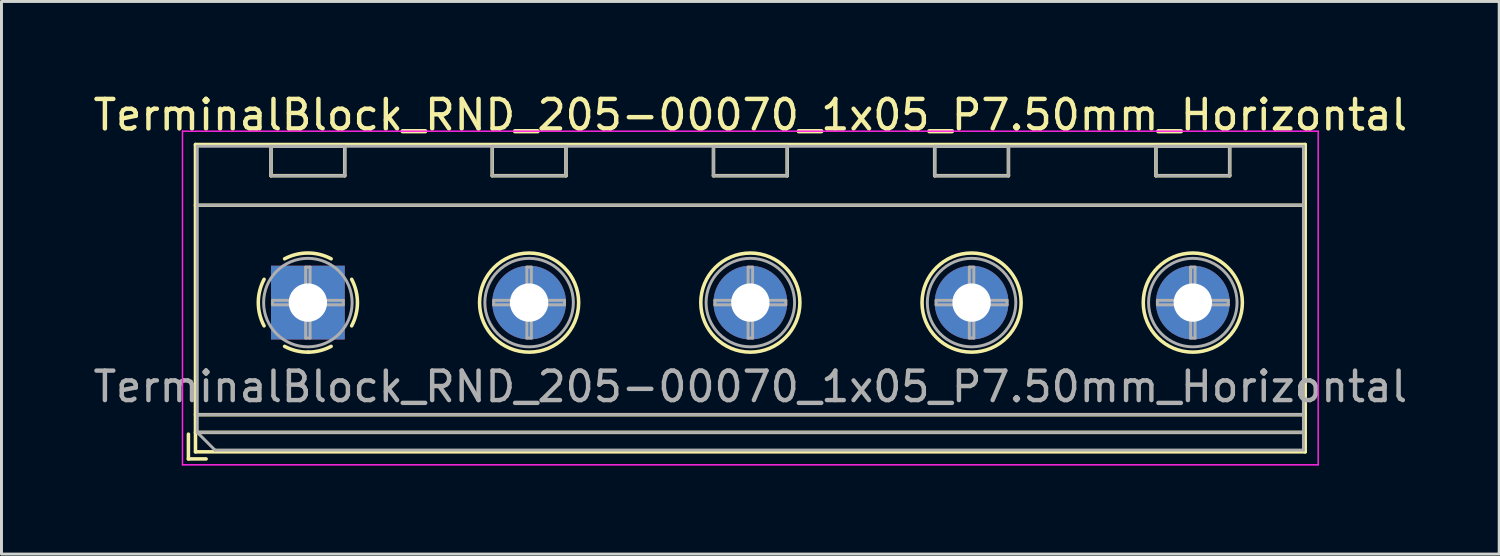
<source format=kicad_pcb>
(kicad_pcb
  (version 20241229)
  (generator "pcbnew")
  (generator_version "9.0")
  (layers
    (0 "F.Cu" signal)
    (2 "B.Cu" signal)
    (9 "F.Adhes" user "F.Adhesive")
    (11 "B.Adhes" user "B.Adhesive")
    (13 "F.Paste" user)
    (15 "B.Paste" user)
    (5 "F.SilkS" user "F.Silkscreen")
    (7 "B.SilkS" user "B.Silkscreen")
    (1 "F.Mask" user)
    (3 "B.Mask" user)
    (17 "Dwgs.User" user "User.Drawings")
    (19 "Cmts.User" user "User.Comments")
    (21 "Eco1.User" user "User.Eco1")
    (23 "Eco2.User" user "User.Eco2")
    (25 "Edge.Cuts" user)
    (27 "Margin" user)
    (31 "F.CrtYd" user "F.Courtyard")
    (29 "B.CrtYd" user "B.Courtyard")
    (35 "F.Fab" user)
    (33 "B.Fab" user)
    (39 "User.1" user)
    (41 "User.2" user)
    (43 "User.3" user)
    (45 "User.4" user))
  (footprint "TerminalBlock_RND_205-00070_1x05_P7.50mm_Horizontal"
    (layer "F.Cu")
    (at 7.387 7.208)
    (property "Reference" "TerminalBlock_RND_205-00070_1x05_P7.50mm_Horizontal" (at 15 -6.36 0) (layer "F.SilkS") (effects (font (size 1 1) (thickness 0.15))))
    (attr through_hole)
    (fp_line (start -4.05 4.46) (end -4.05 5.3) (stroke (width 0.12) (type solid)) (layer "F.SilkS"))
    (fp_line (start -4.05 5.3) (end -3.45 5.3) (stroke (width 0.12) (type solid)) (layer "F.SilkS"))
    (fp_line (start -3.81 -5.36) (end -3.81 5.06) (stroke (width 0.12) (type solid)) (layer "F.SilkS"))
    (fp_line (start -3.81 -5.36) (end 33.81 -5.36) (stroke (width 0.12) (type solid)) (layer "F.SilkS"))
    (fp_line (start -3.81 -3.301) (end 33.81 -3.301) (stroke (width 0.12) (type solid)) (layer "F.SilkS"))
    (fp_line (start -3.81 3.8) (end 33.81 3.8) (stroke (width 0.12) (type solid)) (layer "F.SilkS"))
    (fp_line (start -3.81 4.4) (end 33.81 4.4) (stroke (width 0.12) (type solid)) (layer "F.SilkS"))
    (fp_line (start -3.81 5.06) (end 33.81 5.06) (stroke (width 0.12) (type solid)) (layer "F.SilkS"))
    (fp_line (start -1.25 -5.301) (end -1.25 -4.301) (stroke (width 0.12) (type solid)) (layer "F.SilkS"))
    (fp_line (start -1.25 -5.301) (end 1.25 -5.301) (stroke (width 0.12) (type solid)) (layer "F.SilkS"))
    (fp_line (start -1.25 -4.301) (end 1.25 -4.301) (stroke (width 0.12) (type solid)) (layer "F.SilkS"))
    (fp_line (start 1.25 -5.301) (end 1.25 -4.301) (stroke (width 0.12) (type solid)) (layer "F.SilkS"))
    (fp_line (start 6.25 -5.301) (end 6.25 -4.301) (stroke (width 0.12) (type solid)) (layer "F.SilkS"))
    (fp_line (start 6.25 -5.301) (end 8.75 -5.301) (stroke (width 0.12) (type solid)) (layer "F.SilkS"))
    (fp_line (start 6.25 -4.301) (end 8.75 -4.301) (stroke (width 0.12) (type solid)) (layer "F.SilkS"))
    (fp_line (start 8.75 -5.301) (end 8.75 -4.301) (stroke (width 0.12) (type solid)) (layer "F.SilkS"))
    (fp_line (start 13.75 -5.301) (end 13.75 -4.301) (stroke (width 0.12) (type solid)) (layer "F.SilkS"))
    (fp_line (start 13.75 -5.301) (end 16.25 -5.301) (stroke (width 0.12) (type solid)) (layer "F.SilkS"))
    (fp_line (start 13.75 -4.301) (end 16.25 -4.301) (stroke (width 0.12) (type solid)) (layer "F.SilkS"))
    (fp_line (start 16.25 -5.301) (end 16.25 -4.301) (stroke (width 0.12) (type solid)) (layer "F.SilkS"))
    (fp_line (start 21.25 -5.301) (end 21.25 -4.301) (stroke (width 0.12) (type solid)) (layer "F.SilkS"))
    (fp_line (start 21.25 -5.301) (end 23.75 -5.301) (stroke (width 0.12) (type solid)) (layer "F.SilkS"))
    (fp_line (start 21.25 -4.301) (end 23.75 -4.301) (stroke (width 0.12) (type solid)) (layer "F.SilkS"))
    (fp_line (start 23.75 -5.301) (end 23.75 -4.301) (stroke (width 0.12) (type solid)) (layer "F.SilkS"))
    (fp_line (start 28.75 -5.301) (end 28.75 -4.301) (stroke (width 0.12) (type solid)) (layer "F.SilkS"))
    (fp_line (start 28.75 -5.301) (end 31.25 -5.301) (stroke (width 0.12) (type solid)) (layer "F.SilkS"))
    (fp_line (start 28.75 -4.301) (end 31.25 -4.301) (stroke (width 0.12) (type solid)) (layer "F.SilkS"))
    (fp_line (start 31.25 -5.301) (end 31.25 -4.301) (stroke (width 0.12) (type solid)) (layer "F.SilkS"))
    (fp_line (start 33.81 -5.36) (end 33.81 5.06) (stroke (width 0.12) (type solid)) (layer "F.SilkS"))
    (fp_arc (start -1.483953 0.789089) (mid -1.680708 0.00005) (end -1.484 -0.789) (stroke (width 0.12) (type solid)) (layer "F.SilkS"))
    (fp_arc (start -0.789089 -1.483953) (mid -0.00005 -1.680708) (end 0.789 -1.484) (stroke (width 0.12) (type solid)) (layer "F.SilkS"))
    (fp_arc (start 0.029383 1.68045) (mid -0.392304 1.634281) (end -0.789 1.484) (stroke (width 0.12) (type solid)) (layer "F.SilkS"))
    (fp_arc (start 0.788712 1.483352) (mid 0.406429 1.630097) (end 0 1.68) (stroke (width 0.12) (type solid)) (layer "F.SilkS"))
    (fp_arc (start 1.483953 -0.789089) (mid 1.680708 -0.00005) (end 1.484 0.789) (stroke (width 0.12) (type solid)) (layer "F.SilkS"))
    (fp_circle (center 7.5 0) (end 9.18 0) (stroke (width 0.12) (type solid)) (fill no) (layer "F.SilkS"))
    (fp_circle (center 15 0) (end 16.68 0) (stroke (width 0.12) (type solid)) (fill no) (layer "F.SilkS"))
    (fp_circle (center 22.5 0) (end 24.18 0) (stroke (width 0.12) (type solid)) (fill no) (layer "F.SilkS"))
    (fp_circle (center 30 0) (end 31.68 0) (stroke (width 0.12) (type solid)) (fill no) (layer "F.SilkS"))
    (fp_line (start -4.25 -5.81) (end -4.25 5.5) (stroke (width 0.05) (type solid)) (layer "F.CrtYd"))
    (fp_line (start -4.25 5.5) (end 34.25 5.5) (stroke (width 0.05) (type solid)) (layer "F.CrtYd"))
    (fp_line (start 34.25 -5.81) (end -4.25 -5.81) (stroke (width 0.05) (type solid)) (layer "F.CrtYd"))
    (fp_line (start 34.25 5.5) (end 34.25 -5.81) (stroke (width 0.05) (type solid)) (layer "F.CrtYd"))
    (fp_line (start -3.75 -5.3) (end 33.75 -5.3) (stroke (width 0.1) (type solid)) (layer "F.Fab"))
    (fp_line (start -3.75 -3.3) (end 33.75 -3.3) (stroke (width 0.1) (type solid)) (layer "F.Fab"))
    (fp_line (start -3.75 3.8) (end 33.75 3.8) (stroke (width 0.1) (type solid)) (layer "F.Fab"))
    (fp_line (start -3.75 4.4) (end -3.75 -5.3) (stroke (width 0.1) (type solid)) (layer "F.Fab"))
    (fp_line (start -3.75 4.4) (end 33.75 4.4) (stroke (width 0.1) (type solid)) (layer "F.Fab"))
    (fp_line (start -3.15 5) (end -3.75 4.4) (stroke (width 0.1) (type solid)) (layer "F.Fab"))
    (fp_line (start -1.25 -5.3) (end -1.25 -4.3) (stroke (width 0.1) (type solid)) (layer "F.Fab"))
    (fp_line (start -1.25 -4.3) (end 1.25 -4.3) (stroke (width 0.1) (type solid)) (layer "F.Fab"))
    (fp_line (start -1.201 -0.076) (end -0.076 -0.076) (stroke (width 0.1) (type solid)) (layer "F.Fab"))
    (fp_line (start -1.201 0.076) (end -1.201 -0.076) (stroke (width 0.1) (type solid)) (layer "F.Fab"))
    (fp_line (start -0.076 -1.201) (end 0.076 -1.201) (stroke (width 0.1) (type solid)) (layer "F.Fab"))
    (fp_line (start -0.076 -0.076) (end -0.076 -1.201) (stroke (width 0.1) (type solid)) (layer "F.Fab"))
    (fp_line (start -0.076 0.076) (end -1.201 0.076) (stroke (width 0.1) (type solid)) (layer "F.Fab"))
    (fp_line (start -0.076 1.201) (end -0.076 0.076) (stroke (width 0.1) (type solid)) (layer "F.Fab"))
    (fp_line (start 0.076 -1.201) (end 0.076 -0.076) (stroke (width 0.1) (type solid)) (layer "F.Fab"))
    (fp_line (start 0.076 -0.076) (end 1.201 -0.076) (stroke (width 0.1) (type solid)) (layer "F.Fab"))
    (fp_line (start 0.076 0.076) (end 0.076 1.201) (stroke (width 0.1) (type solid)) (layer "F.Fab"))
    (fp_line (start 0.076 1.201) (end -0.076 1.201) (stroke (width 0.1) (type solid)) (layer "F.Fab"))
    (fp_line (start 1.201 -0.076) (end 1.201 0.076) (stroke (width 0.1) (type solid)) (layer "F.Fab"))
    (fp_line (start 1.201 0.076) (end 0.076 0.076) (stroke (width 0.1) (type solid)) (layer "F.Fab"))
    (fp_line (start 1.25 -5.3) (end -1.25 -5.3) (stroke (width 0.1) (type solid)) (layer "F.Fab"))
    (fp_line (start 1.25 -4.3) (end 1.25 -5.3) (stroke (width 0.1) (type solid)) (layer "F.Fab"))
    (fp_line (start 6.25 -5.3) (end 6.25 -4.3) (stroke (width 0.1) (type solid)) (layer "F.Fab"))
    (fp_line (start 6.25 -4.3) (end 8.75 -4.3) (stroke (width 0.1) (type solid)) (layer "F.Fab"))
    (fp_line (start 6.299 -0.076) (end 7.424 -0.076) (stroke (width 0.1) (type solid)) (layer "F.Fab"))
    (fp_line (start 6.299 0.076) (end 6.299 -0.076) (stroke (width 0.1) (type solid)) (layer "F.Fab"))
    (fp_line (start 7.424 -1.201) (end 7.576 -1.201) (stroke (width 0.1) (type solid)) (layer "F.Fab"))
    (fp_line (start 7.424 -0.076) (end 7.424 -1.201) (stroke (width 0.1) (type solid)) (layer "F.Fab"))
    (fp_line (start 7.424 0.076) (end 6.299 0.076) (stroke (width 0.1) (type solid)) (layer "F.Fab"))
    (fp_line (start 7.424 1.201) (end 7.424 0.076) (stroke (width 0.1) (type solid)) (layer "F.Fab"))
    (fp_line (start 7.576 -1.201) (end 7.576 -0.076) (stroke (width 0.1) (type solid)) (layer "F.Fab"))
    (fp_line (start 7.576 -0.076) (end 8.701 -0.076) (stroke (width 0.1) (type solid)) (layer "F.Fab"))
    (fp_line (start 7.576 0.076) (end 7.576 1.201) (stroke (width 0.1) (type solid)) (layer "F.Fab"))
    (fp_line (start 7.576 1.201) (end 7.424 1.201) (stroke (width 0.1) (type solid)) (layer "F.Fab"))
    (fp_line (start 8.701 -0.076) (end 8.701 0.076) (stroke (width 0.1) (type solid)) (layer "F.Fab"))
    (fp_line (start 8.701 0.076) (end 7.576 0.076) (stroke (width 0.1) (type solid)) (layer "F.Fab"))
    (fp_line (start 8.75 -5.3) (end 6.25 -5.3) (stroke (width 0.1) (type solid)) (layer "F.Fab"))
    (fp_line (start 8.75 -4.3) (end 8.75 -5.3) (stroke (width 0.1) (type solid)) (layer "F.Fab"))
    (fp_line (start 13.75 -5.3) (end 13.75 -4.3) (stroke (width 0.1) (type solid)) (layer "F.Fab"))
    (fp_line (start 13.75 -4.3) (end 16.25 -4.3) (stroke (width 0.1) (type solid)) (layer "F.Fab"))
    (fp_line (start 13.799 -0.076) (end 14.924 -0.076) (stroke (width 0.1) (type solid)) (layer "F.Fab"))
    (fp_line (start 13.799 0.076) (end 13.799 -0.076) (stroke (width 0.1) (type solid)) (layer "F.Fab"))
    (fp_line (start 14.924 -1.201) (end 15.076 -1.201) (stroke (width 0.1) (type solid)) (layer "F.Fab"))
    (fp_line (start 14.924 -0.076) (end 14.924 -1.201) (stroke (width 0.1) (type solid)) (layer "F.Fab"))
    (fp_line (start 14.924 0.076) (end 13.799 0.076) (stroke (width 0.1) (type solid)) (layer "F.Fab"))
    (fp_line (start 14.924 1.201) (end 14.924 0.076) (stroke (width 0.1) (type solid)) (layer "F.Fab"))
    (fp_line (start 15.076 -1.201) (end 15.076 -0.076) (stroke (width 0.1) (type solid)) (layer "F.Fab"))
    (fp_line (start 15.076 -0.076) (end 16.201 -0.076) (stroke (width 0.1) (type solid)) (layer "F.Fab"))
    (fp_line (start 15.076 0.076) (end 15.076 1.201) (stroke (width 0.1) (type solid)) (layer "F.Fab"))
    (fp_line (start 15.076 1.201) (end 14.924 1.201) (stroke (width 0.1) (type solid)) (layer "F.Fab"))
    (fp_line (start 16.201 -0.076) (end 16.201 0.076) (stroke (width 0.1) (type solid)) (layer "F.Fab"))
    (fp_line (start 16.201 0.076) (end 15.076 0.076) (stroke (width 0.1) (type solid)) (layer "F.Fab"))
    (fp_line (start 16.25 -5.3) (end 13.75 -5.3) (stroke (width 0.1) (type solid)) (layer "F.Fab"))
    (fp_line (start 16.25 -4.3) (end 16.25 -5.3) (stroke (width 0.1) (type solid)) (layer "F.Fab"))
    (fp_line (start 21.25 -5.3) (end 21.25 -4.3) (stroke (width 0.1) (type solid)) (layer "F.Fab"))
    (fp_line (start 21.25 -4.3) (end 23.75 -4.3) (stroke (width 0.1) (type solid)) (layer "F.Fab"))
    (fp_line (start 21.299 -0.076) (end 22.424 -0.076) (stroke (width 0.1) (type solid)) (layer "F.Fab"))
    (fp_line (start 21.299 0.076) (end 21.299 -0.076) (stroke (width 0.1) (type solid)) (layer "F.Fab"))
    (fp_line (start 22.424 -1.201) (end 22.576 -1.201) (stroke (width 0.1) (type solid)) (layer "F.Fab"))
    (fp_line (start 22.424 -0.076) (end 22.424 -1.201) (stroke (width 0.1) (type solid)) (layer "F.Fab"))
    (fp_line (start 22.424 0.076) (end 21.299 0.076) (stroke (width 0.1) (type solid)) (layer "F.Fab"))
    (fp_line (start 22.424 1.201) (end 22.424 0.076) (stroke (width 0.1) (type solid)) (layer "F.Fab"))
    (fp_line (start 22.576 -1.201) (end 22.576 -0.076) (stroke (width 0.1) (type solid)) (layer "F.Fab"))
    (fp_line (start 22.576 -0.076) (end 23.701 -0.076) (stroke (width 0.1) (type solid)) (layer "F.Fab"))
    (fp_line (start 22.576 0.076) (end 22.576 1.201) (stroke (width 0.1) (type solid)) (layer "F.Fab"))
    (fp_line (start 22.576 1.201) (end 22.424 1.201) (stroke (width 0.1) (type solid)) (layer "F.Fab"))
    (fp_line (start 23.701 -0.076) (end 23.701 0.076) (stroke (width 0.1) (type solid)) (layer "F.Fab"))
    (fp_line (start 23.701 0.076) (end 22.576 0.076) (stroke (width 0.1) (type solid)) (layer "F.Fab"))
    (fp_line (start 23.75 -5.3) (end 21.25 -5.3) (stroke (width 0.1) (type solid)) (layer "F.Fab"))
    (fp_line (start 23.75 -4.3) (end 23.75 -5.3) (stroke (width 0.1) (type solid)) (layer "F.Fab"))
    (fp_line (start 28.75 -5.3) (end 28.75 -4.3) (stroke (width 0.1) (type solid)) (layer "F.Fab"))
    (fp_line (start 28.75 -4.3) (end 31.25 -4.3) (stroke (width 0.1) (type solid)) (layer "F.Fab"))
    (fp_line (start 28.799 -0.076) (end 29.924 -0.076) (stroke (width 0.1) (type solid)) (layer "F.Fab"))
    (fp_line (start 28.799 0.076) (end 28.799 -0.076) (stroke (width 0.1) (type solid)) (layer "F.Fab"))
    (fp_line (start 29.924 -1.201) (end 30.076 -1.201) (stroke (width 0.1) (type solid)) (layer "F.Fab"))
    (fp_line (start 29.924 -0.076) (end 29.924 -1.201) (stroke (width 0.1) (type solid)) (layer "F.Fab"))
    (fp_line (start 29.924 0.076) (end 28.799 0.076) (stroke (width 0.1) (type solid)) (layer "F.Fab"))
    (fp_line (start 29.924 1.201) (end 29.924 0.076) (stroke (width 0.1) (type solid)) (layer "F.Fab"))
    (fp_line (start 30.076 -1.201) (end 30.076 -0.076) (stroke (width 0.1) (type solid)) (layer "F.Fab"))
    (fp_line (start 30.076 -0.076) (end 31.201 -0.076) (stroke (width 0.1) (type solid)) (layer "F.Fab"))
    (fp_line (start 30.076 0.076) (end 30.076 1.201) (stroke (width 0.1) (type solid)) (layer "F.Fab"))
    (fp_line (start 30.076 1.201) (end 29.924 1.201) (stroke (width 0.1) (type solid)) (layer "F.Fab"))
    (fp_line (start 31.201 -0.076) (end 31.201 0.076) (stroke (width 0.1) (type solid)) (layer "F.Fab"))
    (fp_line (start 31.201 0.076) (end 30.076 0.076) (stroke (width 0.1) (type solid)) (layer "F.Fab"))
    (fp_line (start 31.25 -5.3) (end 28.75 -5.3) (stroke (width 0.1) (type solid)) (layer "F.Fab"))
    (fp_line (start 31.25 -4.3) (end 31.25 -5.3) (stroke (width 0.1) (type solid)) (layer "F.Fab"))
    (fp_line (start 33.75 -5.3) (end 33.75 5) (stroke (width 0.1) (type solid)) (layer "F.Fab"))
    (fp_line (start 33.75 5) (end -3.15 5) (stroke (width 0.1) (type solid)) (layer "F.Fab"))
    (fp_circle (center 0 0) (end 1.5 0) (stroke (width 0.1) (type solid)) (fill no) (layer "F.Fab"))
    (fp_circle (center 7.5 0) (end 9 0) (stroke (width 0.1) (type solid)) (fill no) (layer "F.Fab"))
    (fp_circle (center 15 0) (end 16.5 0) (stroke (width 0.1) (type solid)) (fill no) (layer "F.Fab"))
    (fp_circle (center 22.5 0) (end 24 0) (stroke (width 0.1) (type solid)) (fill no) (layer "F.Fab"))
    (fp_circle (center 30 0) (end 31.5 0) (stroke (width 0.1) (type solid)) (fill no) (layer "F.Fab"))
    (fp_text user "${REFERENCE}" (at 15 2.85 0) (layer "F.Fab") (effects (font (size 1 1) (thickness 0.15))))
    (pad "1" thru_hole rect (at 0 0) (size 2.5 2.5) (drill 1.3) (layers "*.Cu" "*.Mask"))
    (pad "2" thru_hole circle (at 7.5 0) (size 2.5 2.5) (drill 1.3) (layers "*.Cu" "*.Mask"))
    (pad "3" thru_hole circle (at 15 0) (size 2.5 2.5) (drill 1.3) (layers "*.Cu" "*.Mask"))
    (pad "4" thru_hole circle (at 22.5 0) (size 2.5 2.5) (drill 1.3) (layers "*.Cu" "*.Mask"))
    (pad "5" thru_hole circle (at 30 0) (size 2.5 2.5) (drill 1.3) (layers "*.Cu" "*.Mask")))
  (gr_rect
    (start -3 -3)
    (end 47.774 15.733)
    (stroke (width 0.1) (type default))
    (fill no)
    (layer "Edge.Cuts")))
</source>
